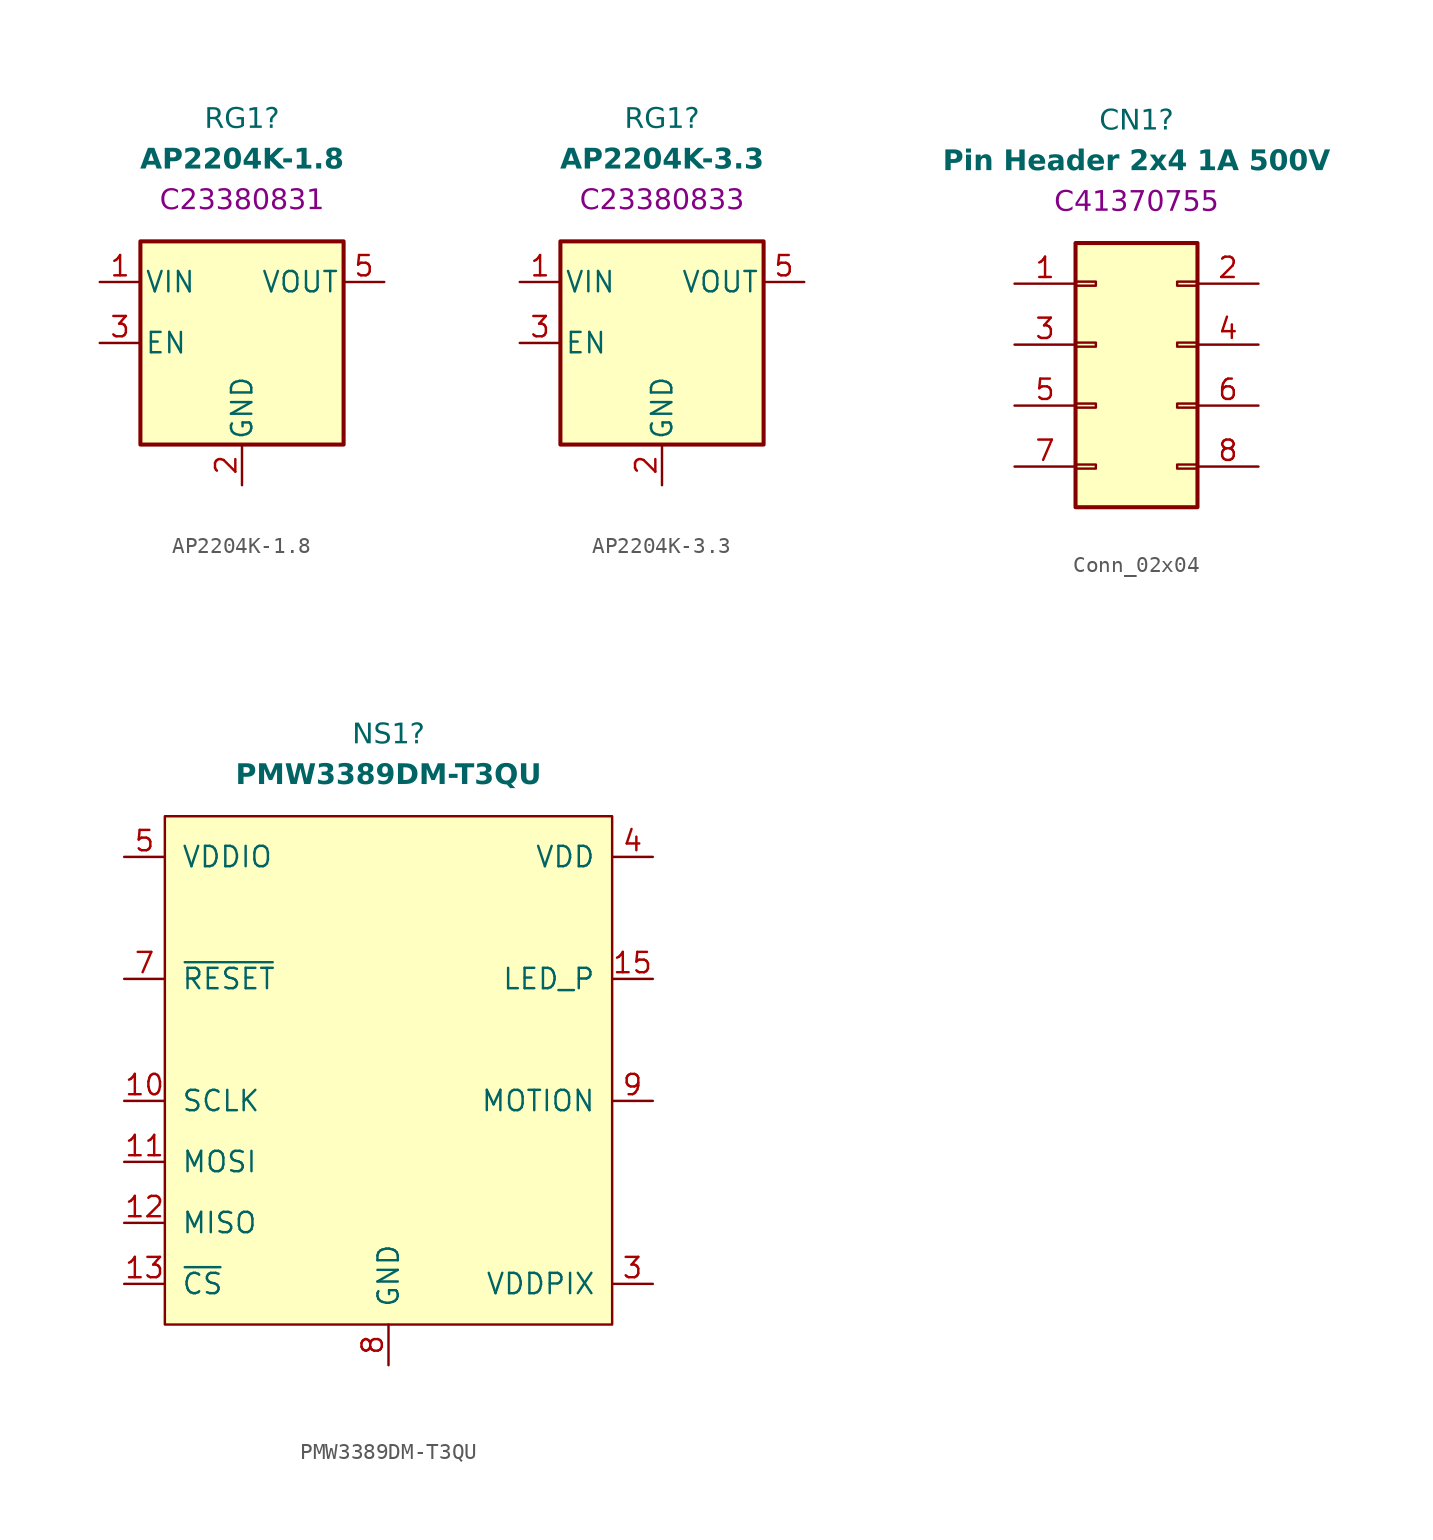
<source format=kicad_sym>
(kicad_symbol_lib
  (version 20231120)
  (generator "kicad_symbol_editor")
  (generator_version "8.0")
  (symbol "AP2204K-1.8"
    (pin_names
      (offset 0.254))
    (property "Reference" "RG1"
      (at 0 13.97 0)
      (effects (font (face "Lexend") (size 1.27 1.27))))
    (property "Value" "AP2204K-1.8"
      (at 0 11.43 0)
      (effects (font (face "Lexend") (size 1.27 1.27) (thickness 0.254) (bold yes))))
    (property "LCSC" "C23380831"
      (at 0 8.89 0)
      (effects (font (face "Lexend") (size 1.27 1.27))))
    (symbol "AP2204K-1.8_0_1"
      (rectangle (start -6.35 6.35) (end 6.35 -6.35) (stroke (width 0.254) (type default)) (fill (type background))))
    (symbol "AP2204K-1.8_1_1"
      (pin power_in line (at -8.89 3.81 0) (length 2.54) (name "VIN" (effects (font (size 1.27 1.27)))) (number "1" (effects (font (size 1.27 1.27)))))
      (pin power_in line (at 0 -8.89 90) (length 2.54) (name "GND" (effects (font (size 1.27 1.27)))) (number "2" (effects (font (size 1.27 1.27)))))
      (pin input line (at -8.89 0 0) (length 2.54) (name "EN" (effects (font (size 1.27 1.27)))) (number "3" (effects (font (size 1.27 1.27)))))
      (pin no_connect line (at 5.08 0 180) (length 2.54) hide (name "NC" (effects (font (size 1.27 1.27)))) (number "4" (effects (font (size 1.27 1.27)))))
      (pin power_out line (at 8.89 3.81 180) (length 2.54) (name "VOUT" (effects (font (size 1.27 1.27)))) (number "5" (effects (font (size 1.27 1.27)))))))
  (symbol "AP2204K-3.3"
    (pin_names
      (offset 0.254))
    (property "Reference" "RG1"
      (at 0 13.97 0)
      (effects (font (face "Lexend") (size 1.27 1.27))))
    (property "Value" "AP2204K-3.3"
      (at 0 11.43 0)
      (effects (font (face "Lexend") (size 1.27 1.27) (thickness 0.254) (bold yes))))
    (property "LCSC" "C23380833"
      (at 0 8.89 0)
      (effects (font (face "Lexend") (size 1.27 1.27))))
    (symbol "AP2204K-3.3_0_1"
      (rectangle (start -6.35 6.35) (end 6.35 -6.35) (stroke (width 0.254) (type default)) (fill (type background))))
    (symbol "AP2204K-3.3_1_1"
      (pin power_in line (at -8.89 3.81 0) (length 2.54) (name "VIN" (effects (font (size 1.27 1.27)))) (number "1" (effects (font (size 1.27 1.27)))))
      (pin power_in line (at 0 -8.89 90) (length 2.54) (name "GND" (effects (font (size 1.27 1.27)))) (number "2" (effects (font (size 1.27 1.27)))))
      (pin input line (at -8.89 0 0) (length 2.54) (name "EN" (effects (font (size 1.27 1.27)))) (number "3" (effects (font (size 1.27 1.27)))))
      (pin no_connect line (at 5.08 0 180) (length 2.54) hide (name "NC" (effects (font (size 1.27 1.27)))) (number "4" (effects (font (size 1.27 1.27)))))
      (pin power_out line (at 8.89 3.81 180) (length 2.54) (name "VOUT" (effects (font (size 1.27 1.27)))) (number "5" (effects (font (size 1.27 1.27)))))))
  (symbol "Conn_02x04"
    (pin_names
      (offset 1.016) hide)
    (property "Reference" "CN1"
      (at 0 15.24 0)
      (effects (font (face "Lexend") (size 1.27 1.27))))
    (property "Value" "Pin Header 2x4 1A 500V"
      (at 0 12.7 0)
      (effects (font (face "Lexend") (size 1.27 1.27) (thickness 0.305) (bold yes))))
    (property "LCSC" "C41370755"
      (at 0 10.16 0)
      (effects (font (face "Lexend") (size 1.27 1.27))))
    (symbol "Conn_02x04_1_1"
      (rectangle (start -3.81 -6.223) (end -2.54 -6.477) (stroke (width 0.152) (type default)) (fill (type none)))
      (rectangle (start -3.81 -2.413) (end -2.54 -2.667) (stroke (width 0.152) (type default)) (fill (type none)))
      (rectangle (start -3.81 1.397) (end -2.54 1.143) (stroke (width 0.152) (type default)) (fill (type none)))
      (rectangle (start -3.81 5.207) (end -2.54 4.953) (stroke (width 0.152) (type default)) (fill (type none)))
      (rectangle (start -3.81 7.62) (end 3.81 -8.89) (stroke (width 0.254) (type default)) (fill (type background)))
      (rectangle (start 3.81 -6.223) (end 2.54 -6.477) (stroke (width 0.152) (type default)) (fill (type none)))
      (rectangle (start 3.81 -2.413) (end 2.54 -2.667) (stroke (width 0.152) (type default)) (fill (type none)))
      (rectangle (start 3.81 1.397) (end 2.54 1.143) (stroke (width 0.152) (type default)) (fill (type none)))
      (rectangle (start 3.81 5.207) (end 2.54 4.953) (stroke (width 0.152) (type default)) (fill (type none)))
      (pin output line (at -7.62 5.08 0) (length 3.81) (name "Pin_1" (effects (font (size 1.27 1.27)))) (number "1" (effects (font (size 1.27 1.27)))))
      (pin output line (at 7.62 5.08 180) (length 3.81) (name "Pin_2" (effects (font (size 1.27 1.27)))) (number "2" (effects (font (size 1.27 1.27)))))
      (pin input line (at -7.62 1.27 0) (length 3.81) (name "Pin_3" (effects (font (size 1.27 1.27)))) (number "3" (effects (font (size 1.27 1.27)))))
      (pin input line (at 7.62 1.27 180) (length 3.81) (name "Pin_4" (effects (font (size 1.27 1.27)))) (number "4" (effects (font (size 1.27 1.27)))))
      (pin output line (at -7.62 -2.54 0) (length 3.81) (name "Pin_5" (effects (font (size 1.27 1.27)))) (number "5" (effects (font (size 1.27 1.27)))))
      (pin output line (at 7.62 -2.54 180) (length 3.81) (name "Pin_6" (effects (font (size 1.27 1.27)))) (number "6" (effects (font (size 1.27 1.27)))))
      (pin power_out line (at -7.62 -6.35 0) (length 3.81) (name "Pin_7" (effects (font (size 1.27 1.27)))) (number "7" (effects (font (size 1.27 1.27)))))
      (pin power_out line (at 7.62 -6.35 180) (length 3.81) (name "Pin_8" (effects (font (size 1.27 1.27)))) (number "8" (effects (font (size 1.27 1.27)))))))
  (symbol "PMW3389DM-T3QU"
    (pin_names
      (offset 1.016))
    (property "Reference" "NS1"
      (at 0 20.32 0)
      (effects (font (face "Lexend") (size 1.27 1.27))))
    (property "Value" "PMW3389DM-T3QU"
      (at 0 17.78 0)
      (effects (font (face "Lexend") (size 1.27 1.27) (thickness 0.254) (bold yes))))
    (symbol "PMW3389DM-T3QU_0_1"
      (rectangle (start -13.97 15.24) (end 13.97 -16.51) (stroke (width 0) (type default)) (fill (type background))))
    (symbol "PMW3389DM-T3QU_1_1"
      (pin no_connect line (at 16.51 -5.08 180) (length 2.54) hide (name "NC" (effects (font (size 1.27 1.27)))) (number "1" (effects (font (size 1.27 1.27)))))
      (pin input line (at -16.51 -2.54 0) (length 2.54) (name "SCLK" (effects (font (size 1.27 1.27)))) (number "10" (effects (font (size 1.27 1.27)))))
      (pin input line (at -16.51 -6.35 0) (length 2.54) (name "MOSI" (effects (font (size 1.27 1.27)))) (number "11" (effects (font (size 1.27 1.27)))))
      (pin output line (at -16.51 -10.16 0) (length 2.54) (name "MISO" (effects (font (size 1.27 1.27)))) (number "12" (effects (font (size 1.27 1.27)))))
      (pin input line (at -16.51 -13.97 0) (length 2.54) (name "~{CS}" (effects (font (size 1.27 1.27)))) (number "13" (effects (font (size 1.27 1.27)))))
      (pin no_connect line (at 16.51 -8.89 180) (length 2.54) hide (name "NC" (effects (font (size 1.27 1.27)))) (number "14" (effects (font (size 1.27 1.27)))))
      (pin input line (at 16.51 5.08 180) (length 2.54) (name "LED_P" (effects (font (size 1.27 1.27)))) (number "15" (effects (font (size 1.27 1.27)))))
      (pin no_connect line (at 16.51 -10.16 180) (length 2.54) hide (name "NC" (effects (font (size 1.27 1.27)))) (number "16" (effects (font (size 1.27 1.27)))))
      (pin no_connect line (at 16.51 -6.35 180) (length 2.54) hide (name "NC" (effects (font (size 1.27 1.27)))) (number "2" (effects (font (size 1.27 1.27)))))
      (pin power_out line (at 16.51 -13.97 180) (length 2.54) (name "VDDPIX" (effects (font (size 1.27 1.27)))) (number "3" (effects (font (size 1.27 1.27)))))
      (pin power_in line (at 16.51 12.7 180) (length 2.54) (name "VDD" (effects (font (size 1.27 1.27)))) (number "4" (effects (font (size 1.27 1.27)))))
      (pin power_in line (at -16.51 12.7 0) (length 2.54) (name "VDDIO" (effects (font (size 1.27 1.27)))) (number "5" (effects (font (size 1.27 1.27)))))
      (pin no_connect line (at 16.51 -7.62 180) (length 2.54) hide (name "NC" (effects (font (size 1.27 1.27)))) (number "6" (effects (font (size 1.27 1.27)))))
      (pin input line (at -16.51 5.08 0) (length 2.54) (name "~{RESET}" (effects (font (size 1.27 1.27)))) (number "7" (effects (font (size 1.27 1.27)))))
      (pin power_in line (at 0 -19.05 90) (length 2.54) (name "GND" (effects (font (size 1.27 1.27)))) (number "8" (effects (font (size 1.27 1.27)))))
      (pin output line (at 16.51 -2.54 180) (length 2.54) (name "MOTION" (effects (font (size 1.27 1.27)))) (number "9" (effects (font (size 1.27 1.27))))))))
</source>
